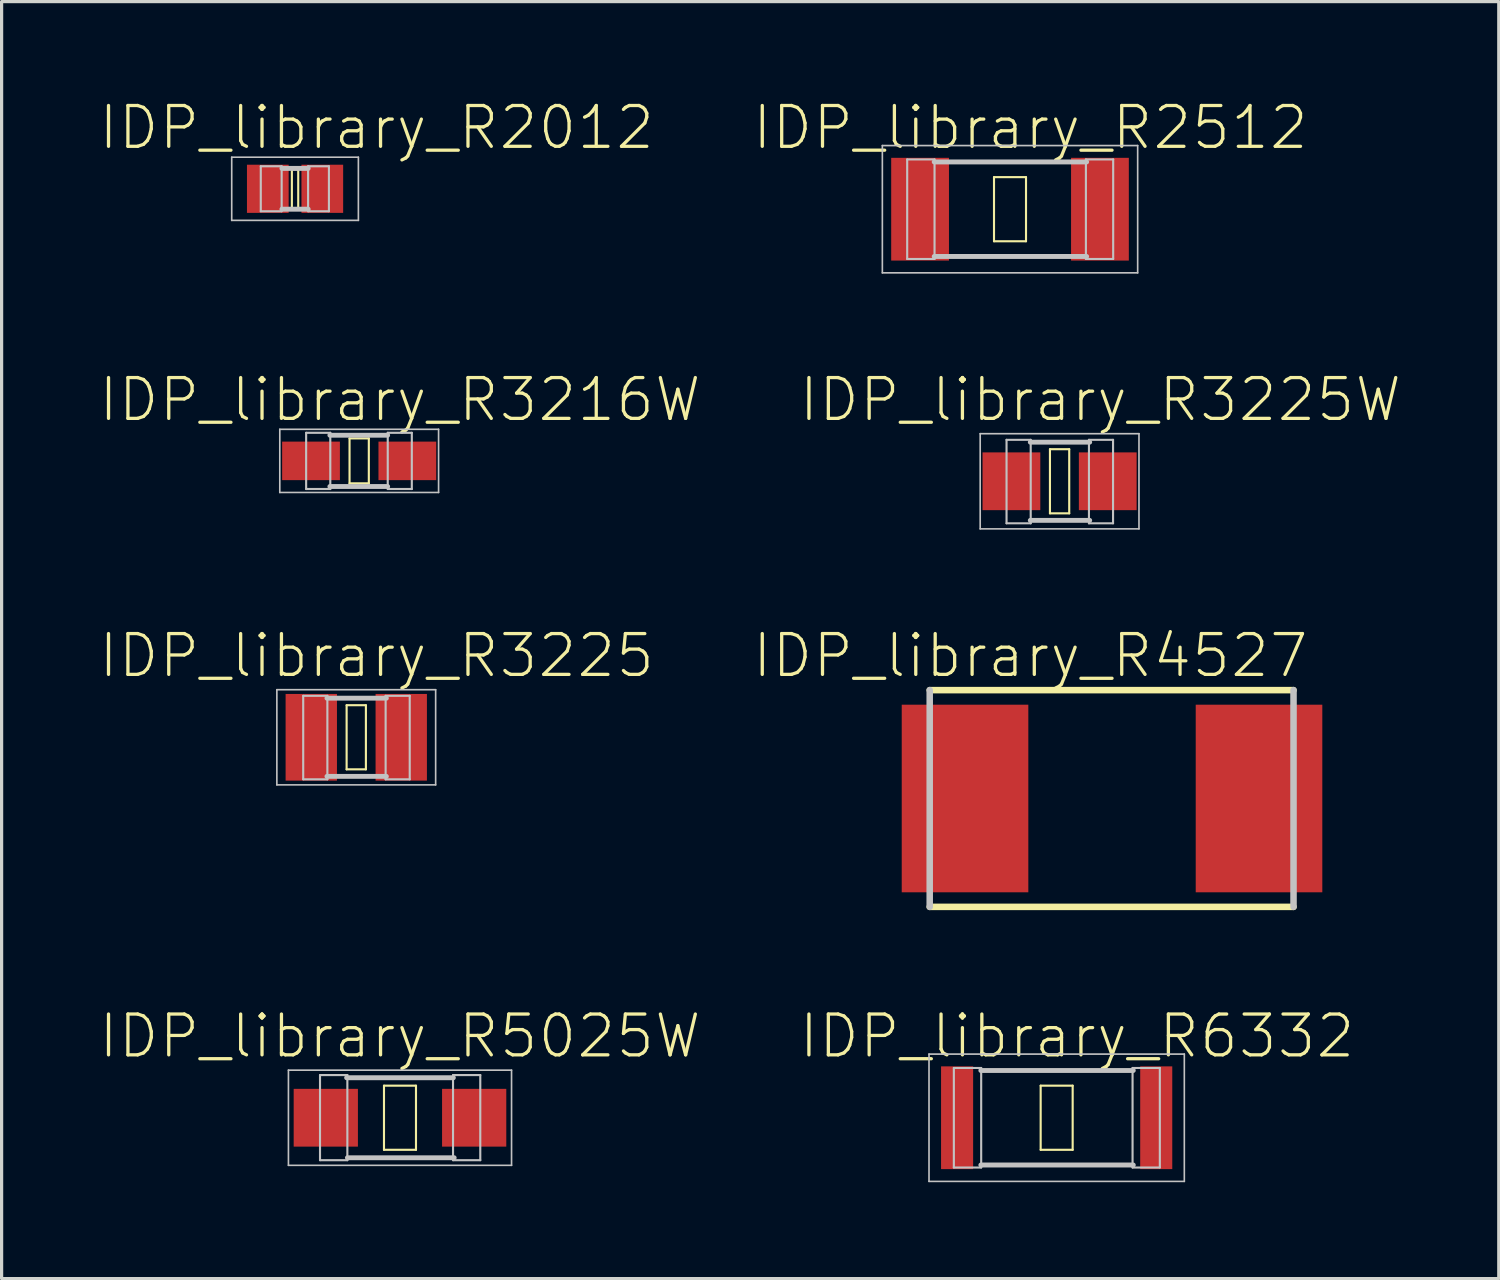
<source format=kicad_pcb>
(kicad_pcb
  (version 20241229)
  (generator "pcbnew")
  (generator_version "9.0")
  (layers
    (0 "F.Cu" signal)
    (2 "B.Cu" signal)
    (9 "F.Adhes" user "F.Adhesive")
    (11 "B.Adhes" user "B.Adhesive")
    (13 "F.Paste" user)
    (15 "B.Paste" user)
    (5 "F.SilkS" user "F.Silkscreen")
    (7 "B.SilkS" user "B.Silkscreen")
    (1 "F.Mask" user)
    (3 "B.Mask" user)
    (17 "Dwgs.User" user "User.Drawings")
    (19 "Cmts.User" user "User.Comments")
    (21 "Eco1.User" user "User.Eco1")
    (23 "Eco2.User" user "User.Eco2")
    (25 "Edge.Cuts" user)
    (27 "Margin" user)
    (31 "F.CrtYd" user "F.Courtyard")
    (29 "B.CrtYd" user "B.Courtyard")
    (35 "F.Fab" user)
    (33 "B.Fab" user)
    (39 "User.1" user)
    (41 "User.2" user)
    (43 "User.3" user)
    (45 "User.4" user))
  (footprint "IDP_library_R5025W"
    (layer "F.Cu")
    (at 9.399 31.738)
    (property "Reference" "IDP_library_R5025W" (at 0 -2.54 0) (layer "F.SilkS") (effects (font (size 1.27 1.27) (thickness 0.102))))
    (attr smd)
    (fp_line (start -0.498 -0.998) (end 0.498 -0.998) (stroke (width 0.066) (type solid)) (layer "F.SilkS"))
    (fp_line (start -0.498 0.998) (end -0.498 -0.998) (stroke (width 0.066) (type solid)) (layer "F.SilkS"))
    (fp_line (start -0.498 0.998) (end 0.498 0.998) (stroke (width 0.066) (type solid)) (layer "F.SilkS"))
    (fp_line (start 0.498 0.998) (end 0.498 -0.998) (stroke (width 0.066) (type solid)) (layer "F.SilkS"))
    (fp_line (start -3.472 -1.481) (end 3.472 -1.481) (stroke (width 0.051) (type solid)) (layer "Dwgs.User"))
    (fp_line (start -3.472 1.481) (end -3.472 -1.481) (stroke (width 0.051) (type solid)) (layer "Dwgs.User"))
    (fp_line (start -2.489 -1.328) (end -1.638 -1.328) (stroke (width 0.066) (type solid)) (layer "Dwgs.User"))
    (fp_line (start -2.489 1.321) (end -2.489 -1.328) (stroke (width 0.066) (type solid)) (layer "Dwgs.User"))
    (fp_line (start -2.489 1.321) (end -1.638 1.321) (stroke (width 0.066) (type solid)) (layer "Dwgs.User"))
    (fp_line (start -1.661 -1.245) (end 1.661 -1.245) (stroke (width 0.152) (type solid)) (layer "Dwgs.User"))
    (fp_line (start -1.638 1.321) (end -1.638 -1.328) (stroke (width 0.066) (type solid)) (layer "Dwgs.User"))
    (fp_line (start -1.636 1.245) (end 1.687 1.245) (stroke (width 0.152) (type solid)) (layer "Dwgs.User"))
    (fp_line (start 1.651 -1.328) (end 2.499 -1.328) (stroke (width 0.066) (type solid)) (layer "Dwgs.User"))
    (fp_line (start 1.651 1.321) (end 1.651 -1.328) (stroke (width 0.066) (type solid)) (layer "Dwgs.User"))
    (fp_line (start 1.651 1.321) (end 2.499 1.321) (stroke (width 0.066) (type solid)) (layer "Dwgs.User"))
    (fp_line (start 2.499 1.321) (end 2.499 -1.328) (stroke (width 0.066) (type solid)) (layer "Dwgs.User"))
    (fp_line (start 3.472 -1.481) (end 3.472 1.481) (stroke (width 0.051) (type solid)) (layer "Dwgs.User"))
    (fp_line (start 3.472 1.481) (end -3.472 1.481) (stroke (width 0.051) (type solid)) (layer "Dwgs.User"))
    (pad "1" smd rect (at -2.309 0) (size 1.999 1.798) (layers "F.Cu" "F.Mask" "F.Paste"))
    (pad "2" smd rect (at 2.309 0) (size 1.999 1.798) (layers "F.Cu" "F.Mask" "F.Paste")))
  (footprint "IDP_library_R3225"
    (layer "F.Cu")
    (at 8.038 19.897)
    (property "Reference" "IDP_library_R3225" (at 0.635 -2.54 0) (layer "F.SilkS") (effects (font (size 1.27 1.27) (thickness 0.102))))
    (attr smd)
    (fp_line (start -0.3 -0.998) (end 0.3 -0.998) (stroke (width 0.066) (type solid)) (layer "F.SilkS"))
    (fp_line (start -0.3 0.998) (end -0.3 -0.998) (stroke (width 0.066) (type solid)) (layer "F.SilkS"))
    (fp_line (start -0.3 0.998) (end 0.3 0.998) (stroke (width 0.066) (type solid)) (layer "F.SilkS"))
    (fp_line (start 0.3 0.998) (end 0.3 -0.998) (stroke (width 0.066) (type solid)) (layer "F.SilkS"))
    (fp_line (start -2.471 -1.481) (end 2.471 -1.481) (stroke (width 0.051) (type solid)) (layer "Dwgs.User"))
    (fp_line (start -2.471 1.481) (end -2.471 -1.481) (stroke (width 0.051) (type solid)) (layer "Dwgs.User"))
    (fp_line (start -1.651 -1.29) (end -0.899 -1.29) (stroke (width 0.066) (type solid)) (layer "Dwgs.User"))
    (fp_line (start -1.651 1.308) (end -1.651 -1.29) (stroke (width 0.066) (type solid)) (layer "Dwgs.User"))
    (fp_line (start -1.651 1.308) (end -0.899 1.308) (stroke (width 0.066) (type solid)) (layer "Dwgs.User"))
    (fp_line (start -0.912 -1.217) (end 0.937 -1.217) (stroke (width 0.152) (type solid)) (layer "Dwgs.User"))
    (fp_line (start -0.912 1.217) (end 0.937 1.217) (stroke (width 0.152) (type solid)) (layer "Dwgs.User"))
    (fp_line (start -0.899 1.308) (end -0.899 -1.29) (stroke (width 0.066) (type solid)) (layer "Dwgs.User"))
    (fp_line (start 0.914 -1.29) (end 1.664 -1.29) (stroke (width 0.066) (type solid)) (layer "Dwgs.User"))
    (fp_line (start 0.914 1.308) (end 0.914 -1.29) (stroke (width 0.066) (type solid)) (layer "Dwgs.User"))
    (fp_line (start 0.914 1.308) (end 1.664 1.308) (stroke (width 0.066) (type solid)) (layer "Dwgs.User"))
    (fp_line (start 1.664 1.308) (end 1.664 -1.29) (stroke (width 0.066) (type solid)) (layer "Dwgs.User"))
    (fp_line (start 2.471 -1.481) (end 2.471 1.481) (stroke (width 0.051) (type solid)) (layer "Dwgs.User"))
    (fp_line (start 2.471 1.481) (end -2.471 1.481) (stroke (width 0.051) (type solid)) (layer "Dwgs.User"))
    (pad "1" smd rect (at -1.4 0) (size 1.598 2.697) (layers "F.Cu" "F.Mask" "F.Paste"))
    (pad "2" smd rect (at 1.4 0) (size 1.598 2.697) (layers "F.Cu" "F.Mask" "F.Paste")))
  (footprint "IDP_library_R2512"
    (layer "F.Cu")
    (at 28.385 3.461)
    (property "Reference" "IDP_library_R2512" (at 0.635 -2.54 0) (layer "F.SilkS") (effects (font (size 1.27 1.27) (thickness 0.102))))
    (attr smd)
    (fp_line (start -0.498 -0.998) (end 0.498 -0.998) (stroke (width 0.066) (type solid)) (layer "F.SilkS"))
    (fp_line (start -0.498 0.998) (end -0.498 -0.998) (stroke (width 0.066) (type solid)) (layer "F.SilkS"))
    (fp_line (start -0.498 0.998) (end 0.498 0.998) (stroke (width 0.066) (type solid)) (layer "F.SilkS"))
    (fp_line (start 0.498 0.998) (end 0.498 -0.998) (stroke (width 0.066) (type solid)) (layer "F.SilkS"))
    (fp_line (start -3.973 -1.981) (end 3.973 -1.981) (stroke (width 0.051) (type solid)) (layer "Dwgs.User"))
    (fp_line (start -3.973 1.981) (end -3.973 -1.981) (stroke (width 0.051) (type solid)) (layer "Dwgs.User"))
    (fp_line (start -3.2 -1.549) (end -2.349 -1.549) (stroke (width 0.066) (type solid)) (layer "Dwgs.User"))
    (fp_line (start -3.2 1.549) (end -3.2 -1.549) (stroke (width 0.066) (type solid)) (layer "Dwgs.User"))
    (fp_line (start -3.2 1.549) (end -2.349 1.549) (stroke (width 0.066) (type solid)) (layer "Dwgs.User"))
    (fp_line (start -2.36 -1.471) (end 2.385 -1.471) (stroke (width 0.152) (type solid)) (layer "Dwgs.User"))
    (fp_line (start -2.36 1.471) (end 2.385 1.471) (stroke (width 0.152) (type solid)) (layer "Dwgs.User"))
    (fp_line (start -2.349 1.549) (end -2.349 -1.549) (stroke (width 0.066) (type solid)) (layer "Dwgs.User"))
    (fp_line (start 2.362 -1.549) (end 3.211 -1.549) (stroke (width 0.066) (type solid)) (layer "Dwgs.User"))
    (fp_line (start 2.362 1.549) (end 2.362 -1.549) (stroke (width 0.066) (type solid)) (layer "Dwgs.User"))
    (fp_line (start 2.362 1.549) (end 3.211 1.549) (stroke (width 0.066) (type solid)) (layer "Dwgs.User"))
    (fp_line (start 3.211 1.549) (end 3.211 -1.549) (stroke (width 0.066) (type solid)) (layer "Dwgs.User"))
    (fp_line (start 3.973 -1.981) (end 3.973 1.981) (stroke (width 0.051) (type solid)) (layer "Dwgs.User"))
    (fp_line (start 3.973 1.981) (end -3.973 1.981) (stroke (width 0.051) (type solid)) (layer "Dwgs.User"))
    (pad "1" smd rect (at -2.799 0) (size 1.798 3.198) (layers "F.Cu" "F.Mask" "F.Paste"))
    (pad "2" smd rect (at 2.799 0) (size 1.798 3.198) (layers "F.Cu" "F.Mask" "F.Paste")))
  (footprint "IDP_library_R2012"
    (layer "F.Cu")
    (at 6.133 2.826)
    (property "Reference" "IDP_library_R2012" (at 2.54 -1.905 0) (layer "F.SilkS") (effects (font (size 1.27 1.27) (thickness 0.102))))
    (attr smd)
    (fp_line (start -0.099 -0.599) (end 0.099 -0.599) (stroke (width 0.066) (type solid)) (layer "F.SilkS"))
    (fp_line (start -0.099 0.599) (end -0.099 -0.599) (stroke (width 0.066) (type solid)) (layer "F.SilkS"))
    (fp_line (start -0.099 0.599) (end 0.099 0.599) (stroke (width 0.066) (type solid)) (layer "F.SilkS"))
    (fp_line (start 0.099 0.599) (end 0.099 -0.599) (stroke (width 0.066) (type solid)) (layer "F.SilkS"))
    (fp_line (start -1.971 -0.983) (end 1.971 -0.983) (stroke (width 0.051) (type solid)) (layer "Dwgs.User"))
    (fp_line (start -1.971 0.983) (end -1.971 -0.983) (stroke (width 0.051) (type solid)) (layer "Dwgs.User"))
    (fp_line (start -1.067 -0.701) (end -0.417 -0.701) (stroke (width 0.066) (type solid)) (layer "Dwgs.User"))
    (fp_line (start -1.067 0.699) (end -1.067 -0.701) (stroke (width 0.066) (type solid)) (layer "Dwgs.User"))
    (fp_line (start -1.067 0.699) (end -0.417 0.699) (stroke (width 0.066) (type solid)) (layer "Dwgs.User"))
    (fp_line (start -0.417 0.699) (end -0.417 -0.701) (stroke (width 0.066) (type solid)) (layer "Dwgs.User"))
    (fp_line (start -0.409 -0.635) (end 0.409 -0.635) (stroke (width 0.152) (type solid)) (layer "Dwgs.User"))
    (fp_line (start -0.409 0.635) (end 0.409 0.635) (stroke (width 0.152) (type solid)) (layer "Dwgs.User"))
    (fp_line (start 0.406 -0.701) (end 1.054 -0.701) (stroke (width 0.066) (type solid)) (layer "Dwgs.User"))
    (fp_line (start 0.406 0.699) (end 0.406 -0.701) (stroke (width 0.066) (type solid)) (layer "Dwgs.User"))
    (fp_line (start 0.406 0.699) (end 1.054 0.699) (stroke (width 0.066) (type solid)) (layer "Dwgs.User"))
    (fp_line (start 1.054 0.699) (end 1.054 -0.701) (stroke (width 0.066) (type solid)) (layer "Dwgs.User"))
    (fp_line (start 1.971 -0.983) (end 1.971 0.983) (stroke (width 0.051) (type solid)) (layer "Dwgs.User"))
    (fp_line (start 1.971 0.983) (end -1.971 0.983) (stroke (width 0.051) (type solid)) (layer "Dwgs.User"))
    (pad "1" smd rect (at -0.848 0) (size 1.298 1.499) (layers "F.Cu" "F.Mask" "F.Paste"))
    (pad "2" smd rect (at 0.848 0) (size 1.298 1.499) (layers "F.Cu" "F.Mask" "F.Paste")))
  (footprint "IDP_library_R6332"
    (layer "F.Cu")
    (at 29.837 31.738)
    (property "Reference" "IDP_library_R6332" (at 0.635 -2.54 0) (layer "F.SilkS") (effects (font (size 1.27 1.27) (thickness 0.102))))
    (attr smd)
    (fp_line (start -0.498 -0.998) (end 0.498 -0.998) (stroke (width 0.066) (type solid)) (layer "F.SilkS"))
    (fp_line (start -0.498 0.998) (end -0.498 -0.998) (stroke (width 0.066) (type solid)) (layer "F.SilkS"))
    (fp_line (start -0.498 0.998) (end 0.498 0.998) (stroke (width 0.066) (type solid)) (layer "F.SilkS"))
    (fp_line (start 0.498 0.998) (end 0.498 -0.998) (stroke (width 0.066) (type solid)) (layer "F.SilkS"))
    (fp_line (start -3.973 -1.981) (end 3.973 -1.981) (stroke (width 0.051) (type solid)) (layer "Dwgs.User"))
    (fp_line (start -3.973 1.981) (end -3.973 -1.981) (stroke (width 0.051) (type solid)) (layer "Dwgs.User"))
    (fp_line (start -3.2 -1.549) (end -2.349 -1.549) (stroke (width 0.066) (type solid)) (layer "Dwgs.User"))
    (fp_line (start -3.2 1.549) (end -3.2 -1.549) (stroke (width 0.066) (type solid)) (layer "Dwgs.User"))
    (fp_line (start -3.2 1.549) (end -2.349 1.549) (stroke (width 0.066) (type solid)) (layer "Dwgs.User"))
    (fp_line (start -2.36 -1.471) (end 2.385 -1.471) (stroke (width 0.152) (type solid)) (layer "Dwgs.User"))
    (fp_line (start -2.36 1.471) (end 2.385 1.471) (stroke (width 0.152) (type solid)) (layer "Dwgs.User"))
    (fp_line (start -2.349 1.549) (end -2.349 -1.549) (stroke (width 0.066) (type solid)) (layer "Dwgs.User"))
    (fp_line (start 2.362 -1.549) (end 3.211 -1.549) (stroke (width 0.066) (type solid)) (layer "Dwgs.User"))
    (fp_line (start 2.362 1.549) (end 2.362 -1.549) (stroke (width 0.066) (type solid)) (layer "Dwgs.User"))
    (fp_line (start 2.362 1.549) (end 3.211 1.549) (stroke (width 0.066) (type solid)) (layer "Dwgs.User"))
    (fp_line (start 3.211 1.549) (end 3.211 -1.549) (stroke (width 0.066) (type solid)) (layer "Dwgs.User"))
    (fp_line (start 3.973 -1.981) (end 3.973 1.981) (stroke (width 0.051) (type solid)) (layer "Dwgs.User"))
    (fp_line (start 3.973 1.981) (end -3.973 1.981) (stroke (width 0.051) (type solid)) (layer "Dwgs.User"))
    (pad "1" smd rect (at -3.099 0) (size 0.998 3.198) (layers "F.Cu" "F.Mask" "F.Paste"))
    (pad "2" smd rect (at 3.099 0) (size 0.998 3.198) (layers "F.Cu" "F.Mask" "F.Paste")))
  (footprint "IDP_library_R3225W"
    (layer "F.Cu")
    (at 29.928 11.929)
    (property "Reference" "IDP_library_R3225W" (at 1.27 -2.54 0) (layer "F.SilkS") (effects (font (size 1.27 1.27) (thickness 0.102))))
    (attr smd)
    (fp_line (start -0.3 -0.998) (end 0.3 -0.998) (stroke (width 0.066) (type solid)) (layer "F.SilkS"))
    (fp_line (start -0.3 0.998) (end -0.3 -0.998) (stroke (width 0.066) (type solid)) (layer "F.SilkS"))
    (fp_line (start -0.3 0.998) (end 0.3 0.998) (stroke (width 0.066) (type solid)) (layer "F.SilkS"))
    (fp_line (start 0.3 0.998) (end 0.3 -0.998) (stroke (width 0.066) (type solid)) (layer "F.SilkS"))
    (fp_line (start -2.471 -1.481) (end 2.471 -1.481) (stroke (width 0.051) (type solid)) (layer "Dwgs.User"))
    (fp_line (start -2.471 1.481) (end -2.471 -1.481) (stroke (width 0.051) (type solid)) (layer "Dwgs.User"))
    (fp_line (start -1.651 -1.29) (end -0.899 -1.29) (stroke (width 0.066) (type solid)) (layer "Dwgs.User"))
    (fp_line (start -1.651 1.308) (end -1.651 -1.29) (stroke (width 0.066) (type solid)) (layer "Dwgs.User"))
    (fp_line (start -1.651 1.308) (end -0.899 1.308) (stroke (width 0.066) (type solid)) (layer "Dwgs.User"))
    (fp_line (start -0.912 -1.217) (end 0.937 -1.217) (stroke (width 0.152) (type solid)) (layer "Dwgs.User"))
    (fp_line (start -0.912 1.217) (end 0.937 1.217) (stroke (width 0.152) (type solid)) (layer "Dwgs.User"))
    (fp_line (start -0.899 1.308) (end -0.899 -1.29) (stroke (width 0.066) (type solid)) (layer "Dwgs.User"))
    (fp_line (start 0.914 -1.29) (end 1.664 -1.29) (stroke (width 0.066) (type solid)) (layer "Dwgs.User"))
    (fp_line (start 0.914 1.308) (end 0.914 -1.29) (stroke (width 0.066) (type solid)) (layer "Dwgs.User"))
    (fp_line (start 0.914 1.308) (end 1.664 1.308) (stroke (width 0.066) (type solid)) (layer "Dwgs.User"))
    (fp_line (start 1.664 1.308) (end 1.664 -1.29) (stroke (width 0.066) (type solid)) (layer "Dwgs.User"))
    (fp_line (start 2.471 -1.481) (end 2.471 1.481) (stroke (width 0.051) (type solid)) (layer "Dwgs.User"))
    (fp_line (start 2.471 1.481) (end -2.471 1.481) (stroke (width 0.051) (type solid)) (layer "Dwgs.User"))
    (pad "1" smd rect (at -1.499 0) (size 1.798 1.798) (layers "F.Cu" "F.Mask" "F.Paste"))
    (pad "2" smd rect (at 1.499 0) (size 1.798 1.798) (layers "F.Cu" "F.Mask" "F.Paste")))
  (footprint "IDP_library_R3216W"
    (layer "F.Cu")
    (at 8.129 11.294)
    (property "Reference" "IDP_library_R3216W" (at 1.27 -1.905 0) (layer "F.SilkS") (effects (font (size 1.27 1.27) (thickness 0.102))))
    (attr smd)
    (fp_line (start -0.3 -0.699) (end 0.3 -0.699) (stroke (width 0.066) (type solid)) (layer "F.SilkS"))
    (fp_line (start -0.3 0.699) (end -0.3 -0.699) (stroke (width 0.066) (type solid)) (layer "F.SilkS"))
    (fp_line (start -0.3 0.699) (end 0.3 0.699) (stroke (width 0.066) (type solid)) (layer "F.SilkS"))
    (fp_line (start 0.3 0.699) (end 0.3 -0.699) (stroke (width 0.066) (type solid)) (layer "F.SilkS"))
    (fp_line (start -2.471 -0.983) (end 2.471 -0.983) (stroke (width 0.051) (type solid)) (layer "Dwgs.User"))
    (fp_line (start -2.471 0.983) (end -2.471 -0.983) (stroke (width 0.051) (type solid)) (layer "Dwgs.User"))
    (fp_line (start -1.651 -0.874) (end -0.899 -0.874) (stroke (width 0.066) (type solid)) (layer "Dwgs.User"))
    (fp_line (start -1.651 0.876) (end -1.651 -0.874) (stroke (width 0.066) (type solid)) (layer "Dwgs.User"))
    (fp_line (start -1.651 0.876) (end -0.899 0.876) (stroke (width 0.066) (type solid)) (layer "Dwgs.User"))
    (fp_line (start -0.912 -0.798) (end 0.886 -0.798) (stroke (width 0.152) (type solid)) (layer "Dwgs.User"))
    (fp_line (start -0.912 0.798) (end 0.886 0.798) (stroke (width 0.152) (type solid)) (layer "Dwgs.User"))
    (fp_line (start -0.899 0.876) (end -0.899 -0.874) (stroke (width 0.066) (type solid)) (layer "Dwgs.User"))
    (fp_line (start 0.889 -0.874) (end 1.638 -0.874) (stroke (width 0.066) (type solid)) (layer "Dwgs.User"))
    (fp_line (start 0.889 0.876) (end 0.889 -0.874) (stroke (width 0.066) (type solid)) (layer "Dwgs.User"))
    (fp_line (start 0.889 0.876) (end 1.638 0.876) (stroke (width 0.066) (type solid)) (layer "Dwgs.User"))
    (fp_line (start 1.638 0.876) (end 1.638 -0.874) (stroke (width 0.066) (type solid)) (layer "Dwgs.User"))
    (fp_line (start 2.471 -0.983) (end 2.471 0.983) (stroke (width 0.051) (type solid)) (layer "Dwgs.User"))
    (fp_line (start 2.471 0.983) (end -2.471 0.983) (stroke (width 0.051) (type solid)) (layer "Dwgs.User"))
    (pad "1" smd rect (at -1.499 0) (size 1.798 1.199) (layers "F.Cu" "F.Mask" "F.Paste"))
    (pad "2" smd rect (at 1.499 0) (size 1.798 1.199) (layers "F.Cu" "F.Mask" "F.Paste")))
  (footprint "IDP_library_R4527"
    (layer "F.Cu")
    (at 31.56 21.802)
    (property "Reference" "IDP_library_R4527" (at -2.54 -4.445 0) (layer "F.SilkS") (effects (font (size 1.27 1.27) (thickness 0.102))))
    (attr smd)
    (fp_line (start -5.674 3.373) (end 5.649 3.373) (stroke (width 0.203) (type solid)) (layer "F.SilkS"))
    (fp_line (start 5.649 -3.373) (end -5.674 -3.373) (stroke (width 0.203) (type solid)) (layer "F.SilkS"))
    (fp_line (start -5.674 -3.373) (end -5.674 3.373) (stroke (width 0.203) (type solid)) (layer "Dwgs.User"))
    (fp_line (start 5.649 3.373) (end 5.649 -3.373) (stroke (width 0.203) (type solid)) (layer "Dwgs.User"))
    (pad "1" smd rect (at -4.575 0) (size 3.94 5.839) (layers "F.Cu" "F.Mask" "F.Paste"))
    (pad "2" smd rect (at 4.575 0) (size 3.94 5.839) (layers "F.Cu" "F.Mask" "F.Paste")))
  (gr_rect
    (start -3 -3)
    (end 43.597 36.744)
    (stroke (width 0.1) (type default))
    (fill no)
    (layer "Edge.Cuts")))
</source>
